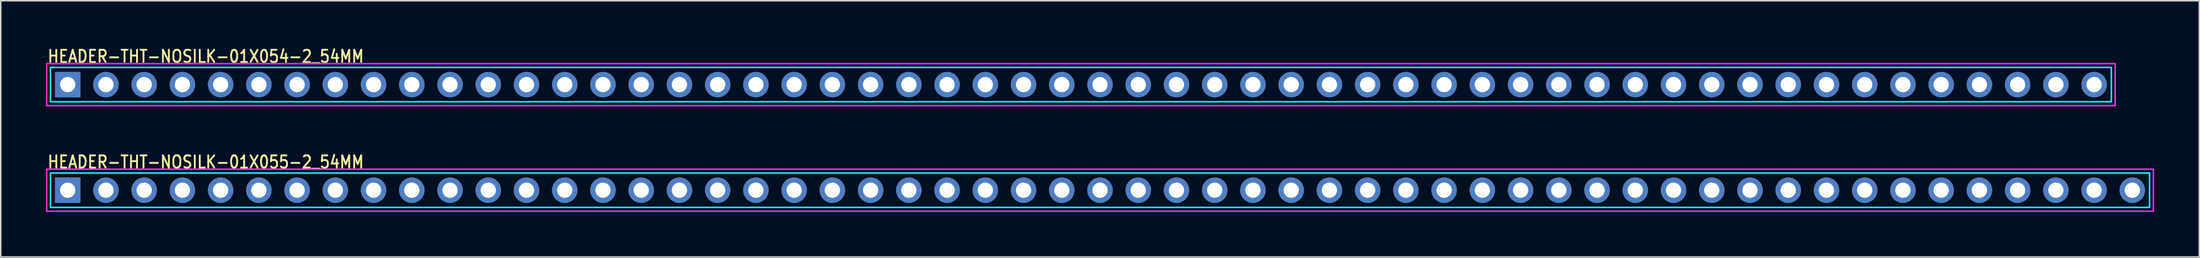
<source format=kicad_pcb>
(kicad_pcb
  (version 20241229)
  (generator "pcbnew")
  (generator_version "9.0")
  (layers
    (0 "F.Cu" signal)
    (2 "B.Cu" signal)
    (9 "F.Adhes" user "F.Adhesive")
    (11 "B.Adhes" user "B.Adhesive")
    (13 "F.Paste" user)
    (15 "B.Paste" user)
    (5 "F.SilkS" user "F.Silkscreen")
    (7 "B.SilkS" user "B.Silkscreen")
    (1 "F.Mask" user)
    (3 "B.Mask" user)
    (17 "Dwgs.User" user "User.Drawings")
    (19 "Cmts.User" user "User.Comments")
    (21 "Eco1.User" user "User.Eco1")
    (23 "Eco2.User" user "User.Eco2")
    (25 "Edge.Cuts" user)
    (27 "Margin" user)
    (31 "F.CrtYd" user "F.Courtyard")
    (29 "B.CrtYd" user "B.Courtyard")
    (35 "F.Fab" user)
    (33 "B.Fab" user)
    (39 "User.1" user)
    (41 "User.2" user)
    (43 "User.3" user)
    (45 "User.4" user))
  (footprint "HEADER-THT-NOSILK-01X055-2_54MM"
    (layer "F.Cu")
    (at 1.447 9.604)
    (property "Reference" "HEADER-THT-NOSILK-01X055-2_54MM" (at -1.4 -1.4 0) (unlocked yes) (layer "F.SilkS") (effects (font (size 0.813 0.695) (thickness 0.122)) (justify left bottom)))
    (fp_poly (pts (xy -1.143 -1.143) (xy 138.303 -1.143) (xy 138.303 1.143) (xy -1.143 1.143)) (stroke (width 0.1) (type solid)) (fill no) (layer "B.CrtYd"))
    (fp_poly (pts (xy -1.397 -1.397) (xy 138.557 -1.397) (xy 138.557 1.397) (xy -1.397 1.397)) (stroke (width 0.1) (type solid)) (fill no) (layer "F.CrtYd"))
    (pad "P$1" thru_hole rect (at 0 0) (size 1.693 1.693) (drill 1.016) (layers "*.Cu" "*.Mask"))
    (pad "P$2" thru_hole oval (at 2.54 0) (size 1.693 1.693) (drill 1.016) (layers "*.Cu" "*.Mask"))
    (pad "P$3" thru_hole oval (at 5.08 0) (size 1.693 1.693) (drill 1.016) (layers "*.Cu" "*.Mask"))
    (pad "P$4" thru_hole oval (at 7.62 0) (size 1.693 1.693) (drill 1.016) (layers "*.Cu" "*.Mask"))
    (pad "P$5" thru_hole oval (at 10.16 0) (size 1.693 1.693) (drill 1.016) (layers "*.Cu" "*.Mask"))
    (pad "P$6" thru_hole oval (at 12.7 0) (size 1.693 1.693) (drill 1.016) (layers "*.Cu" "*.Mask"))
    (pad "P$7" thru_hole oval (at 15.24 0) (size 1.693 1.693) (drill 1.016) (layers "*.Cu" "*.Mask"))
    (pad "P$8" thru_hole oval (at 17.78 0) (size 1.693 1.693) (drill 1.016) (layers "*.Cu" "*.Mask"))
    (pad "P$9" thru_hole oval (at 20.32 0) (size 1.693 1.693) (drill 1.016) (layers "*.Cu" "*.Mask"))
    (pad "P$10" thru_hole oval (at 22.86 0) (size 1.693 1.693) (drill 1.016) (layers "*.Cu" "*.Mask"))
    (pad "P$11" thru_hole oval (at 25.4 0) (size 1.693 1.693) (drill 1.016) (layers "*.Cu" "*.Mask"))
    (pad "P$12" thru_hole oval (at 27.94 0) (size 1.693 1.693) (drill 1.016) (layers "*.Cu" "*.Mask"))
    (pad "P$13" thru_hole oval (at 30.48 0) (size 1.693 1.693) (drill 1.016) (layers "*.Cu" "*.Mask"))
    (pad "P$14" thru_hole oval (at 33.02 0) (size 1.693 1.693) (drill 1.016) (layers "*.Cu" "*.Mask"))
    (pad "P$15" thru_hole oval (at 35.56 0) (size 1.693 1.693) (drill 1.016) (layers "*.Cu" "*.Mask"))
    (pad "P$16" thru_hole oval (at 38.1 0) (size 1.693 1.693) (drill 1.016) (layers "*.Cu" "*.Mask"))
    (pad "P$17" thru_hole oval (at 40.64 0) (size 1.693 1.693) (drill 1.016) (layers "*.Cu" "*.Mask"))
    (pad "P$18" thru_hole oval (at 43.18 0) (size 1.693 1.693) (drill 1.016) (layers "*.Cu" "*.Mask"))
    (pad "P$19" thru_hole oval (at 45.72 0) (size 1.693 1.693) (drill 1.016) (layers "*.Cu" "*.Mask"))
    (pad "P$20" thru_hole oval (at 48.26 0) (size 1.693 1.693) (drill 1.016) (layers "*.Cu" "*.Mask"))
    (pad "P$21" thru_hole oval (at 50.8 0) (size 1.693 1.693) (drill 1.016) (layers "*.Cu" "*.Mask"))
    (pad "P$22" thru_hole oval (at 53.34 0) (size 1.693 1.693) (drill 1.016) (layers "*.Cu" "*.Mask"))
    (pad "P$23" thru_hole oval (at 55.88 0) (size 1.693 1.693) (drill 1.016) (layers "*.Cu" "*.Mask"))
    (pad "P$24" thru_hole oval (at 58.42 0) (size 1.693 1.693) (drill 1.016) (layers "*.Cu" "*.Mask"))
    (pad "P$25" thru_hole oval (at 60.96 0) (size 1.693 1.693) (drill 1.016) (layers "*.Cu" "*.Mask"))
    (pad "P$26" thru_hole oval (at 63.5 0) (size 1.693 1.693) (drill 1.016) (layers "*.Cu" "*.Mask"))
    (pad "P$27" thru_hole oval (at 66.04 0) (size 1.693 1.693) (drill 1.016) (layers "*.Cu" "*.Mask"))
    (pad "P$28" thru_hole oval (at 68.58 0) (size 1.693 1.693) (drill 1.016) (layers "*.Cu" "*.Mask"))
    (pad "P$29" thru_hole oval (at 71.12 0) (size 1.693 1.693) (drill 1.016) (layers "*.Cu" "*.Mask"))
    (pad "P$30" thru_hole oval (at 73.66 0) (size 1.693 1.693) (drill 1.016) (layers "*.Cu" "*.Mask"))
    (pad "P$31" thru_hole oval (at 76.2 0) (size 1.693 1.693) (drill 1.016) (layers "*.Cu" "*.Mask"))
    (pad "P$32" thru_hole oval (at 78.74 0) (size 1.693 1.693) (drill 1.016) (layers "*.Cu" "*.Mask"))
    (pad "P$33" thru_hole oval (at 81.28 0) (size 1.693 1.693) (drill 1.016) (layers "*.Cu" "*.Mask"))
    (pad "P$34" thru_hole oval (at 83.82 0) (size 1.693 1.693) (drill 1.016) (layers "*.Cu" "*.Mask"))
    (pad "P$35" thru_hole oval (at 86.36 0) (size 1.693 1.693) (drill 1.016) (layers "*.Cu" "*.Mask"))
    (pad "P$36" thru_hole oval (at 88.9 0) (size 1.693 1.693) (drill 1.016) (layers "*.Cu" "*.Mask"))
    (pad "P$37" thru_hole oval (at 91.44 0) (size 1.693 1.693) (drill 1.016) (layers "*.Cu" "*.Mask"))
    (pad "P$38" thru_hole oval (at 93.98 0) (size 1.693 1.693) (drill 1.016) (layers "*.Cu" "*.Mask"))
    (pad "P$39" thru_hole oval (at 96.52 0) (size 1.693 1.693) (drill 1.016) (layers "*.Cu" "*.Mask"))
    (pad "P$40" thru_hole oval (at 99.06 0) (size 1.693 1.693) (drill 1.016) (layers "*.Cu" "*.Mask"))
    (pad "P$41" thru_hole oval (at 101.6 0) (size 1.693 1.693) (drill 1.016) (layers "*.Cu" "*.Mask"))
    (pad "P$42" thru_hole oval (at 104.14 0) (size 1.693 1.693) (drill 1.016) (layers "*.Cu" "*.Mask"))
    (pad "P$43" thru_hole oval (at 106.68 0) (size 1.693 1.693) (drill 1.016) (layers "*.Cu" "*.Mask"))
    (pad "P$44" thru_hole oval (at 109.22 0) (size 1.693 1.693) (drill 1.016) (layers "*.Cu" "*.Mask"))
    (pad "P$45" thru_hole oval (at 111.76 0) (size 1.693 1.693) (drill 1.016) (layers "*.Cu" "*.Mask"))
    (pad "P$46" thru_hole oval (at 114.3 0) (size 1.693 1.693) (drill 1.016) (layers "*.Cu" "*.Mask"))
    (pad "P$47" thru_hole oval (at 116.84 0) (size 1.693 1.693) (drill 1.016) (layers "*.Cu" "*.Mask"))
    (pad "P$48" thru_hole oval (at 119.38 0) (size 1.693 1.693) (drill 1.016) (layers "*.Cu" "*.Mask"))
    (pad "P$49" thru_hole oval (at 121.92 0) (size 1.693 1.693) (drill 1.016) (layers "*.Cu" "*.Mask"))
    (pad "P$50" thru_hole oval (at 124.46 0) (size 1.693 1.693) (drill 1.016) (layers "*.Cu" "*.Mask"))
    (pad "P$51" thru_hole oval (at 127 0) (size 1.693 1.693) (drill 1.016) (layers "*.Cu" "*.Mask"))
    (pad "P$52" thru_hole oval (at 129.54 0) (size 1.693 1.693) (drill 1.016) (layers "*.Cu" "*.Mask"))
    (pad "P$53" thru_hole oval (at 132.08 0) (size 1.693 1.693) (drill 1.016) (layers "*.Cu" "*.Mask"))
    (pad "P$54" thru_hole oval (at 134.62 0) (size 1.693 1.693) (drill 1.016) (layers "*.Cu" "*.Mask"))
    (pad "P$55" thru_hole oval (at 137.16 0) (size 1.693 1.693) (drill 1.016) (layers "*.Cu" "*.Mask")))
  (footprint "HEADER-THT-NOSILK-01X054-2_54MM"
    (layer "F.Cu")
    (at 1.447 2.579)
    (property "Reference" "HEADER-THT-NOSILK-01X054-2_54MM" (at -1.4 -1.4 0) (unlocked yes) (layer "F.SilkS") (effects (font (size 0.813 0.695) (thickness 0.122)) (justify left bottom)))
    (fp_poly (pts (xy -1.143 -1.143) (xy 135.763 -1.143) (xy 135.763 1.143) (xy -1.143 1.143)) (stroke (width 0.1) (type solid)) (fill no) (layer "B.CrtYd"))
    (fp_poly (pts (xy -1.397 -1.397) (xy 136.017 -1.397) (xy 136.017 1.397) (xy -1.397 1.397)) (stroke (width 0.1) (type solid)) (fill no) (layer "F.CrtYd"))
    (pad "P$1" thru_hole rect (at 0 0) (size 1.693 1.693) (drill 1.016) (layers "*.Cu" "*.Mask"))
    (pad "P$2" thru_hole oval (at 2.54 0) (size 1.693 1.693) (drill 1.016) (layers "*.Cu" "*.Mask"))
    (pad "P$3" thru_hole oval (at 5.08 0) (size 1.693 1.693) (drill 1.016) (layers "*.Cu" "*.Mask"))
    (pad "P$4" thru_hole oval (at 7.62 0) (size 1.693 1.693) (drill 1.016) (layers "*.Cu" "*.Mask"))
    (pad "P$5" thru_hole oval (at 10.16 0) (size 1.693 1.693) (drill 1.016) (layers "*.Cu" "*.Mask"))
    (pad "P$6" thru_hole oval (at 12.7 0) (size 1.693 1.693) (drill 1.016) (layers "*.Cu" "*.Mask"))
    (pad "P$7" thru_hole oval (at 15.24 0) (size 1.693 1.693) (drill 1.016) (layers "*.Cu" "*.Mask"))
    (pad "P$8" thru_hole oval (at 17.78 0) (size 1.693 1.693) (drill 1.016) (layers "*.Cu" "*.Mask"))
    (pad "P$9" thru_hole oval (at 20.32 0) (size 1.693 1.693) (drill 1.016) (layers "*.Cu" "*.Mask"))
    (pad "P$10" thru_hole oval (at 22.86 0) (size 1.693 1.693) (drill 1.016) (layers "*.Cu" "*.Mask"))
    (pad "P$11" thru_hole oval (at 25.4 0) (size 1.693 1.693) (drill 1.016) (layers "*.Cu" "*.Mask"))
    (pad "P$12" thru_hole oval (at 27.94 0) (size 1.693 1.693) (drill 1.016) (layers "*.Cu" "*.Mask"))
    (pad "P$13" thru_hole oval (at 30.48 0) (size 1.693 1.693) (drill 1.016) (layers "*.Cu" "*.Mask"))
    (pad "P$14" thru_hole oval (at 33.02 0) (size 1.693 1.693) (drill 1.016) (layers "*.Cu" "*.Mask"))
    (pad "P$15" thru_hole oval (at 35.56 0) (size 1.693 1.693) (drill 1.016) (layers "*.Cu" "*.Mask"))
    (pad "P$16" thru_hole oval (at 38.1 0) (size 1.693 1.693) (drill 1.016) (layers "*.Cu" "*.Mask"))
    (pad "P$17" thru_hole oval (at 40.64 0) (size 1.693 1.693) (drill 1.016) (layers "*.Cu" "*.Mask"))
    (pad "P$18" thru_hole oval (at 43.18 0) (size 1.693 1.693) (drill 1.016) (layers "*.Cu" "*.Mask"))
    (pad "P$19" thru_hole oval (at 45.72 0) (size 1.693 1.693) (drill 1.016) (layers "*.Cu" "*.Mask"))
    (pad "P$20" thru_hole oval (at 48.26 0) (size 1.693 1.693) (drill 1.016) (layers "*.Cu" "*.Mask"))
    (pad "P$21" thru_hole oval (at 50.8 0) (size 1.693 1.693) (drill 1.016) (layers "*.Cu" "*.Mask"))
    (pad "P$22" thru_hole oval (at 53.34 0) (size 1.693 1.693) (drill 1.016) (layers "*.Cu" "*.Mask"))
    (pad "P$23" thru_hole oval (at 55.88 0) (size 1.693 1.693) (drill 1.016) (layers "*.Cu" "*.Mask"))
    (pad "P$24" thru_hole oval (at 58.42 0) (size 1.693 1.693) (drill 1.016) (layers "*.Cu" "*.Mask"))
    (pad "P$25" thru_hole oval (at 60.96 0) (size 1.693 1.693) (drill 1.016) (layers "*.Cu" "*.Mask"))
    (pad "P$26" thru_hole oval (at 63.5 0) (size 1.693 1.693) (drill 1.016) (layers "*.Cu" "*.Mask"))
    (pad "P$27" thru_hole oval (at 66.04 0) (size 1.693 1.693) (drill 1.016) (layers "*.Cu" "*.Mask"))
    (pad "P$28" thru_hole oval (at 68.58 0) (size 1.693 1.693) (drill 1.016) (layers "*.Cu" "*.Mask"))
    (pad "P$29" thru_hole oval (at 71.12 0) (size 1.693 1.693) (drill 1.016) (layers "*.Cu" "*.Mask"))
    (pad "P$30" thru_hole oval (at 73.66 0) (size 1.693 1.693) (drill 1.016) (layers "*.Cu" "*.Mask"))
    (pad "P$31" thru_hole oval (at 76.2 0) (size 1.693 1.693) (drill 1.016) (layers "*.Cu" "*.Mask"))
    (pad "P$32" thru_hole oval (at 78.74 0) (size 1.693 1.693) (drill 1.016) (layers "*.Cu" "*.Mask"))
    (pad "P$33" thru_hole oval (at 81.28 0) (size 1.693 1.693) (drill 1.016) (layers "*.Cu" "*.Mask"))
    (pad "P$34" thru_hole oval (at 83.82 0) (size 1.693 1.693) (drill 1.016) (layers "*.Cu" "*.Mask"))
    (pad "P$35" thru_hole oval (at 86.36 0) (size 1.693 1.693) (drill 1.016) (layers "*.Cu" "*.Mask"))
    (pad "P$36" thru_hole oval (at 88.9 0) (size 1.693 1.693) (drill 1.016) (layers "*.Cu" "*.Mask"))
    (pad "P$37" thru_hole oval (at 91.44 0) (size 1.693 1.693) (drill 1.016) (layers "*.Cu" "*.Mask"))
    (pad "P$38" thru_hole oval (at 93.98 0) (size 1.693 1.693) (drill 1.016) (layers "*.Cu" "*.Mask"))
    (pad "P$39" thru_hole oval (at 96.52 0) (size 1.693 1.693) (drill 1.016) (layers "*.Cu" "*.Mask"))
    (pad "P$40" thru_hole oval (at 99.06 0) (size 1.693 1.693) (drill 1.016) (layers "*.Cu" "*.Mask"))
    (pad "P$41" thru_hole oval (at 101.6 0) (size 1.693 1.693) (drill 1.016) (layers "*.Cu" "*.Mask"))
    (pad "P$42" thru_hole oval (at 104.14 0) (size 1.693 1.693) (drill 1.016) (layers "*.Cu" "*.Mask"))
    (pad "P$43" thru_hole oval (at 106.68 0) (size 1.693 1.693) (drill 1.016) (layers "*.Cu" "*.Mask"))
    (pad "P$44" thru_hole oval (at 109.22 0) (size 1.693 1.693) (drill 1.016) (layers "*.Cu" "*.Mask"))
    (pad "P$45" thru_hole oval (at 111.76 0) (size 1.693 1.693) (drill 1.016) (layers "*.Cu" "*.Mask"))
    (pad "P$46" thru_hole oval (at 114.3 0) (size 1.693 1.693) (drill 1.016) (layers "*.Cu" "*.Mask"))
    (pad "P$47" thru_hole oval (at 116.84 0) (size 1.693 1.693) (drill 1.016) (layers "*.Cu" "*.Mask"))
    (pad "P$48" thru_hole oval (at 119.38 0) (size 1.693 1.693) (drill 1.016) (layers "*.Cu" "*.Mask"))
    (pad "P$49" thru_hole oval (at 121.92 0) (size 1.693 1.693) (drill 1.016) (layers "*.Cu" "*.Mask"))
    (pad "P$50" thru_hole oval (at 124.46 0) (size 1.693 1.693) (drill 1.016) (layers "*.Cu" "*.Mask"))
    (pad "P$51" thru_hole oval (at 127 0) (size 1.693 1.693) (drill 1.016) (layers "*.Cu" "*.Mask"))
    (pad "P$52" thru_hole oval (at 129.54 0) (size 1.693 1.693) (drill 1.016) (layers "*.Cu" "*.Mask"))
    (pad "P$53" thru_hole oval (at 132.08 0) (size 1.693 1.693) (drill 1.016) (layers "*.Cu" "*.Mask"))
    (pad "P$54" thru_hole oval (at 134.62 0) (size 1.693 1.693) (drill 1.016) (layers "*.Cu" "*.Mask")))
  (gr_rect
    (start -3 -3)
    (end 143.054 14.051)
    (stroke (width 0.1) (type default))
    (fill no)
    (layer "Edge.Cuts")))
</source>
